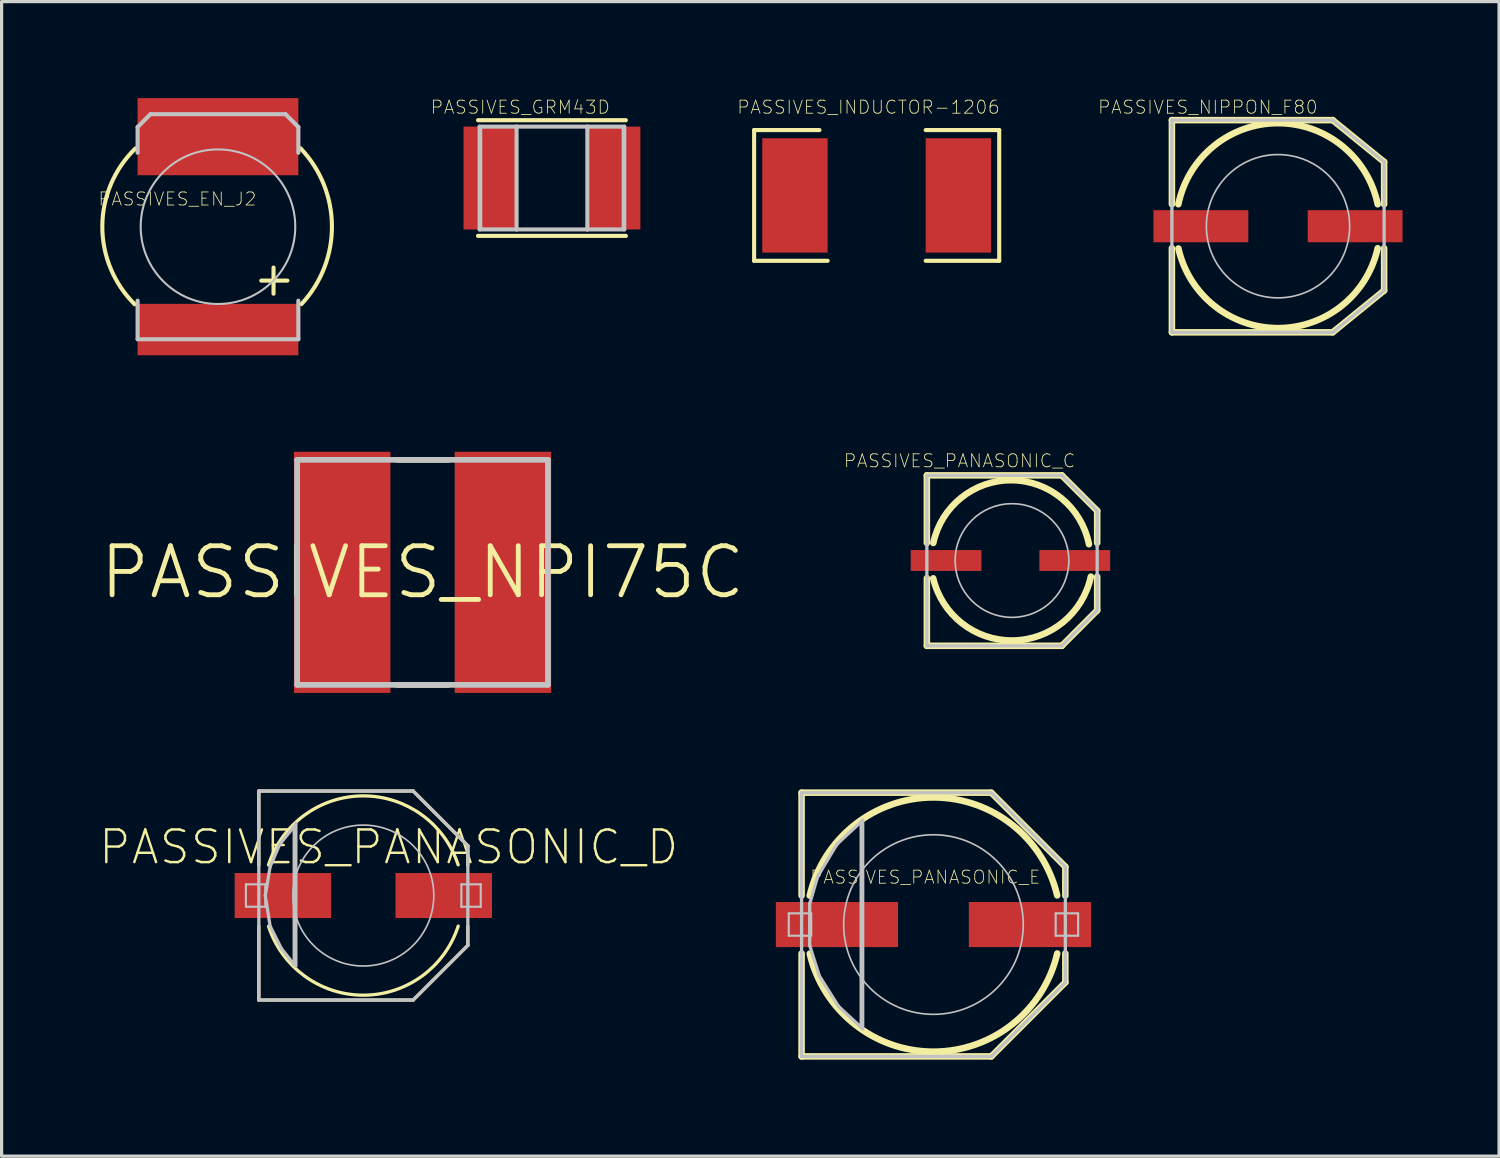
<source format=kicad_pcb>
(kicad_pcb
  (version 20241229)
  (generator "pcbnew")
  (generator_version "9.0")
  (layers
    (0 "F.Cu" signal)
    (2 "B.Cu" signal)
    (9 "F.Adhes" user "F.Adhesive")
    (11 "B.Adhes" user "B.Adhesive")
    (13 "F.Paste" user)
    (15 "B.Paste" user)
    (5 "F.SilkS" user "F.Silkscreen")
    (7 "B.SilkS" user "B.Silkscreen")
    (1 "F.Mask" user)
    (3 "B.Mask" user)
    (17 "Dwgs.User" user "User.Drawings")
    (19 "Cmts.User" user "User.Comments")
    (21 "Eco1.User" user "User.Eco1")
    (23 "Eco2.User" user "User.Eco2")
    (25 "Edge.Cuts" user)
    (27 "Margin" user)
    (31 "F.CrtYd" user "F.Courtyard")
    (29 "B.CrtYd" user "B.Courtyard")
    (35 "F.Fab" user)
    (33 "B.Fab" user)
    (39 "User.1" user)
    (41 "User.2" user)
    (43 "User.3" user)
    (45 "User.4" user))
  (footprint "PASSIVES_GRM43D"
    (layer "F.Cu")
    (at 14.11 2.485)
    (property "Reference" "PASSIVES_GRM43D" (at -0.983 -2.202 0) (layer "F.SilkS") (effects (font (size 0.406 0.406) (thickness 0.025))))
    (attr smd)
    (fp_line (start -2.299 -1.798) (end 2.299 -1.798) (stroke (width 0.127) (type solid)) (layer "F.SilkS"))
    (fp_line (start -2.299 1.798) (end 2.299 1.798) (stroke (width 0.127) (type solid)) (layer "F.SilkS"))
    (fp_line (start -2.248 -1.598) (end -2.248 1.598) (stroke (width 0.127) (type solid)) (layer "Dwgs.User"))
    (fp_line (start -2.248 1.598) (end -1.1 1.598) (stroke (width 0.127) (type solid)) (layer "Dwgs.User"))
    (fp_line (start -2.2 -1.598) (end -1.1 -1.598) (stroke (width 0.066) (type solid)) (layer "Dwgs.User"))
    (fp_line (start -2.2 1.598) (end -2.2 -1.598) (stroke (width 0.066) (type solid)) (layer "Dwgs.User"))
    (fp_line (start -2.2 1.598) (end -1.1 1.598) (stroke (width 0.066) (type solid)) (layer "Dwgs.User"))
    (fp_line (start -1.1 -1.598) (end -2.248 -1.598) (stroke (width 0.127) (type solid)) (layer "Dwgs.User"))
    (fp_line (start -1.1 -1.598) (end -1.1 1.598) (stroke (width 0.127) (type solid)) (layer "Dwgs.User"))
    (fp_line (start -1.1 1.598) (end -1.1 -1.598) (stroke (width 0.066) (type solid)) (layer "Dwgs.User"))
    (fp_line (start -1.1 1.598) (end 1.1 1.598) (stroke (width 0.127) (type solid)) (layer "Dwgs.User"))
    (fp_line (start 1.1 -1.598) (end -1.1 -1.598) (stroke (width 0.127) (type solid)) (layer "Dwgs.User"))
    (fp_line (start 1.1 -1.598) (end 1.1 1.598) (stroke (width 0.127) (type solid)) (layer "Dwgs.User"))
    (fp_line (start 1.1 -1.598) (end 2.2 -1.598) (stroke (width 0.066) (type solid)) (layer "Dwgs.User"))
    (fp_line (start 1.1 1.598) (end 1.1 -1.598) (stroke (width 0.066) (type solid)) (layer "Dwgs.User"))
    (fp_line (start 1.1 1.598) (end 2.2 1.598) (stroke (width 0.066) (type solid)) (layer "Dwgs.User"))
    (fp_line (start 1.1 1.598) (end 2.248 1.598) (stroke (width 0.127) (type solid)) (layer "Dwgs.User"))
    (fp_line (start 2.2 1.598) (end 2.2 -1.598) (stroke (width 0.066) (type solid)) (layer "Dwgs.User"))
    (fp_line (start 2.248 -1.598) (end 1.1 -1.598) (stroke (width 0.127) (type solid)) (layer "Dwgs.User"))
    (fp_line (start 2.248 1.598) (end 2.248 -1.598) (stroke (width 0.127) (type solid)) (layer "Dwgs.User"))
    (pad "A" smd rect (at 1.925 0 90) (size 3.198 1.648) (layers "F.Cu" "F.Mask" "F.Paste"))
    (pad "C" smd rect (at -1.925 0 90) (size 3.198 1.648) (layers "F.Cu" "F.Mask" "F.Paste")))
  (footprint "PASSIVES_INDUCTOR-1206"
    (layer "F.Cu")
    (at 24.205 3.026)
    (property "Reference" "PASSIVES_INDUCTOR-1206" (at -0.254 -2.743 0) (layer "F.SilkS") (effects (font (size 0.406 0.406) (thickness 0.025))))
    (attr smd)
    (fp_line (start -3.81 -2.032) (end -3.81 2.032) (stroke (width 0.127) (type solid)) (layer "F.SilkS"))
    (fp_line (start -3.81 2.032) (end -1.524 2.032) (stroke (width 0.127) (type solid)) (layer "F.SilkS"))
    (fp_line (start -1.778 -2.032) (end -3.81 -2.032) (stroke (width 0.127) (type solid)) (layer "F.SilkS"))
    (fp_line (start 1.524 -2.032) (end 3.81 -2.032) (stroke (width 0.127) (type solid)) (layer "F.SilkS"))
    (fp_line (start 3.81 -2.032) (end 3.81 2.032) (stroke (width 0.127) (type solid)) (layer "F.SilkS"))
    (fp_line (start 3.81 2.032) (end 1.524 2.032) (stroke (width 0.127) (type solid)) (layer "F.SilkS"))
    (pad "P$1" smd rect (at -2.54 0 90) (size 3.556 2.032) (layers "F.Cu" "F.Mask" "F.Paste"))
    (pad "P$2" smd rect (at 2.54 0 90) (size 3.556 2.032) (layers "F.Cu" "F.Mask" "F.Paste")))
  (footprint "PASSIVES_PANASONIC_E"
    (layer "F.Cu")
    (at 25.971 25.694)
    (property "Reference" "PASSIVES_PANASONIC_E" (at -0.254 -1.473 0) (layer "F.SilkS") (effects (font (size 0.406 0.406) (thickness 0.025))))
    (attr smd)
    (fp_line (start -4.1 -4.1) (end 1.798 -4.1) (stroke (width 0.203) (type solid)) (layer "F.SilkS"))
    (fp_line (start -4.1 -0.899) (end -4.1 -4.1) (stroke (width 0.203) (type solid)) (layer "F.SilkS"))
    (fp_line (start -4.1 4.1) (end -4.1 0.899) (stroke (width 0.203) (type solid)) (layer "F.SilkS"))
    (fp_line (start 1.798 -4.1) (end 4.1 -1.798) (stroke (width 0.203) (type solid)) (layer "F.SilkS"))
    (fp_line (start 1.798 4.1) (end -4.1 4.1) (stroke (width 0.203) (type solid)) (layer "F.SilkS"))
    (fp_line (start 4.1 -1.798) (end 4.1 -0.899) (stroke (width 0.203) (type solid)) (layer "F.SilkS"))
    (fp_line (start 4.1 0.899) (end 4.1 1.798) (stroke (width 0.203) (type solid)) (layer "F.SilkS"))
    (fp_line (start 4.1 1.798) (end 1.798 4.1) (stroke (width 0.203) (type solid)) (layer "F.SilkS"))
    (fp_arc (start -3.8481 -0.89916) (mid -0.003314 -3.951753) (end 3.846587 -0.905612) (stroke (width 0.2032) (type solid)) (layer "F.SilkS"))
    (fp_arc (start 3.8481 0.89916) (mid 0.003314 3.951753) (end -3.846587 0.905612) (stroke (width 0.2032) (type solid)) (layer "F.SilkS"))
    (fp_line (start -4.498 -0.348) (end -3.8 -0.348) (stroke (width 0.066) (type solid)) (layer "Dwgs.User"))
    (fp_line (start -4.498 0.348) (end -4.498 -0.348) (stroke (width 0.066) (type solid)) (layer "Dwgs.User"))
    (fp_line (start -4.498 0.348) (end -3.8 0.348) (stroke (width 0.066) (type solid)) (layer "Dwgs.User"))
    (fp_line (start -4.1 -4.1) (end 1.798 -4.1) (stroke (width 0.102) (type solid)) (layer "Dwgs.User"))
    (fp_line (start -4.1 4.1) (end -4.1 -4.1) (stroke (width 0.102) (type solid)) (layer "Dwgs.User"))
    (fp_line (start -3.848 -0.648) (end -3.848 0.648) (stroke (width 0.102) (type solid)) (layer "Dwgs.User"))
    (fp_line (start -3.848 0.648) (end -3.548 1.598) (stroke (width 0.102) (type solid)) (layer "Dwgs.User"))
    (fp_line (start -3.8 0.348) (end -3.8 -0.348) (stroke (width 0.066) (type solid)) (layer "Dwgs.User"))
    (fp_line (start -3.599 -1.499) (end -3.848 -0.648) (stroke (width 0.102) (type solid)) (layer "Dwgs.User"))
    (fp_line (start -3.548 1.598) (end -2.949 2.548) (stroke (width 0.102) (type solid)) (layer "Dwgs.User"))
    (fp_line (start -3 -2.499) (end -3.599 -1.499) (stroke (width 0.102) (type solid)) (layer "Dwgs.User"))
    (fp_line (start -2.949 2.548) (end -2.248 3.198) (stroke (width 0.102) (type solid)) (layer "Dwgs.User"))
    (fp_line (start -2.248 -3.198) (end -3 -2.499) (stroke (width 0.102) (type solid)) (layer "Dwgs.User"))
    (fp_line (start -2.248 -3.15) (end -2.248 -3.198) (stroke (width 0.102) (type solid)) (layer "Dwgs.User"))
    (fp_line (start -2.248 3.198) (end -2.248 -3.15) (stroke (width 0.102) (type solid)) (layer "Dwgs.User"))
    (fp_line (start -2.2 -3.249) (end -2.2 3.249) (stroke (width 0.102) (type solid)) (layer "Dwgs.User"))
    (fp_line (start 1.798 -4.1) (end 4.1 -1.798) (stroke (width 0.102) (type solid)) (layer "Dwgs.User"))
    (fp_line (start 1.798 4.1) (end -4.1 4.1) (stroke (width 0.102) (type solid)) (layer "Dwgs.User"))
    (fp_line (start 3.8 -0.348) (end 4.498 -0.348) (stroke (width 0.066) (type solid)) (layer "Dwgs.User"))
    (fp_line (start 3.8 0.348) (end 3.8 -0.348) (stroke (width 0.066) (type solid)) (layer "Dwgs.User"))
    (fp_line (start 3.8 0.348) (end 4.498 0.348) (stroke (width 0.066) (type solid)) (layer "Dwgs.User"))
    (fp_line (start 4.1 -1.798) (end 4.1 1.798) (stroke (width 0.102) (type solid)) (layer "Dwgs.User"))
    (fp_line (start 4.1 1.798) (end 1.798 4.1) (stroke (width 0.102) (type solid)) (layer "Dwgs.User"))
    (fp_line (start 4.498 0.348) (end 4.498 -0.348) (stroke (width 0.066) (type solid)) (layer "Dwgs.User"))
    (fp_circle (center 0 0) (end -1.974 1.974) (stroke (width 0.051) (type solid)) (fill no) (layer "Dwgs.User"))
    (pad "+" smd rect (at 3 0) (size 3.8 1.4) (layers "F.Cu" "F.Mask" "F.Paste"))
    (pad "-" smd rect (at -3 0) (size 3.8 1.4) (layers "F.Cu" "F.Mask" "F.Paste")))
  (footprint "PASSIVES_PANASONIC_C"
    (layer "F.Cu")
    (at 28.364 14.178)
    (property "Reference" "PASSIVES_PANASONIC_C" (at -1.582 -2.901 0) (layer "F.SilkS") (effects (font (size 0.406 0.406) (thickness 0.025))))
    (attr smd)
    (fp_line (start -2.598 -2.449) (end -2.598 -0.348) (stroke (width 0.203) (type solid)) (layer "F.SilkS"))
    (fp_line (start -2.598 -2.449) (end 1.598 -2.449) (stroke (width 0.203) (type solid)) (layer "F.SilkS"))
    (fp_line (start -2.598 2.85) (end -2.598 0.749) (stroke (width 0.203) (type solid)) (layer "F.SilkS"))
    (fp_line (start 1.598 -2.449) (end 2.697 -1.349) (stroke (width 0.203) (type solid)) (layer "F.SilkS"))
    (fp_line (start 1.598 2.85) (end -2.598 2.85) (stroke (width 0.203) (type solid)) (layer "F.SilkS"))
    (fp_line (start 2.697 -1.349) (end 2.697 -0.348) (stroke (width 0.203) (type solid)) (layer "F.SilkS"))
    (fp_line (start 2.697 1.748) (end 1.598 2.85) (stroke (width 0.203) (type solid)) (layer "F.SilkS"))
    (fp_line (start 2.697 1.748) (end 2.697 0.699) (stroke (width 0.203) (type solid)) (layer "F.SilkS"))
    (fp_arc (start -2.39776 -0.34798) (mid 0.03782 -2.298223) (end 2.441448 -0.308732) (stroke (width 0.2032) (type solid)) (layer "F.SilkS"))
    (fp_arc (start 2.49936 0.6985) (mid 0.070245 2.684399) (end -2.4011 0.751306) (stroke (width 0.2032) (type solid)) (layer "F.SilkS"))
    (fp_line (start -2.598 -2.449) (end -2.598 2.85) (stroke (width 0.102) (type solid)) (layer "Dwgs.User"))
    (fp_line (start -2.598 -2.449) (end 1.598 -2.449) (stroke (width 0.102) (type solid)) (layer "Dwgs.User"))
    (fp_line (start 1.598 -2.449) (end 2.697 -1.349) (stroke (width 0.102) (type solid)) (layer "Dwgs.User"))
    (fp_line (start 1.598 2.85) (end -2.598 2.85) (stroke (width 0.102) (type solid)) (layer "Dwgs.User"))
    (fp_line (start 2.697 -1.349) (end 2.697 1.748) (stroke (width 0.102) (type solid)) (layer "Dwgs.User"))
    (fp_line (start 2.697 1.748) (end 1.598 2.85) (stroke (width 0.102) (type solid)) (layer "Dwgs.User"))
    (fp_circle (center 0.048 0.198) (end 1.298 1.448) (stroke (width 0.051) (type solid)) (fill no) (layer "Dwgs.User"))
    (pad "+" smd rect (at 2 0.198) (size 2.2 0.648) (layers "F.Cu" "F.Mask" "F.Paste"))
    (pad "-" smd rect (at -2 0.198) (size 2.2 0.648) (layers "F.Cu" "F.Mask" "F.Paste")))
  (footprint "PASSIVES_NIPPON_F80"
    (layer "F.Cu")
    (at 36.683 3.983)
    (property "Reference" "PASSIVES_NIPPON_F80" (at -2.182 -3.701 0) (layer "F.SilkS") (effects (font (size 0.406 0.406) (thickness 0.025))))
    (attr smd)
    (fp_line (start -3.299 -3.299) (end -3.299 -0.683) (stroke (width 0.203) (type solid)) (layer "F.SilkS"))
    (fp_line (start -3.299 -3.299) (end 1.699 -3.299) (stroke (width 0.203) (type solid)) (layer "F.SilkS"))
    (fp_line (start -3.299 3.299) (end -3.299 0.683) (stroke (width 0.203) (type solid)) (layer "F.SilkS"))
    (fp_line (start 1.699 -3.299) (end 3.299 -1.999) (stroke (width 0.203) (type solid)) (layer "F.SilkS"))
    (fp_line (start 1.699 3.299) (end -3.299 3.299) (stroke (width 0.203) (type solid)) (layer "F.SilkS"))
    (fp_line (start 3.299 -1.999) (end 3.299 -0.683) (stroke (width 0.203) (type solid)) (layer "F.SilkS"))
    (fp_line (start 3.299 1.999) (end 1.699 3.299) (stroke (width 0.203) (type solid)) (layer "F.SilkS"))
    (fp_line (start 3.299 1.999) (end 3.299 0.683) (stroke (width 0.203) (type solid)) (layer "F.SilkS"))
    (fp_arc (start -3.0988 -0.68326) (mid 0.000596 -3.203348) (end 3.099043 -0.682093) (stroke (width 0.2032) (type solid)) (layer "F.SilkS"))
    (fp_arc (start 3.0988 0.68326) (mid 0.004512 3.167259) (end -3.096824 0.692064) (stroke (width 0.2032) (type solid)) (layer "F.SilkS"))
    (fp_line (start -3.299 -3.299) (end -3.299 3.299) (stroke (width 0.102) (type solid)) (layer "Dwgs.User"))
    (fp_line (start -3.299 -3.299) (end 1.699 -3.299) (stroke (width 0.102) (type solid)) (layer "Dwgs.User"))
    (fp_line (start 1.699 -3.299) (end 3.299 -1.999) (stroke (width 0.102) (type solid)) (layer "Dwgs.User"))
    (fp_line (start 1.699 3.299) (end -3.299 3.299) (stroke (width 0.102) (type solid)) (layer "Dwgs.User"))
    (fp_line (start 3.299 -1.999) (end 3.299 1.999) (stroke (width 0.102) (type solid)) (layer "Dwgs.User"))
    (fp_line (start 3.299 1.999) (end 1.699 3.299) (stroke (width 0.102) (type solid)) (layer "Dwgs.User"))
    (fp_circle (center 0 0) (end -1.575 1.575) (stroke (width 0.051) (type solid)) (fill no) (layer "Dwgs.User"))
    (pad "+" smd rect (at 2.398 0) (size 2.949 0.998) (layers "F.Cu" "F.Mask" "F.Paste"))
    (pad "-" smd rect (at -2.398 0) (size 2.949 0.998) (layers "F.Cu" "F.Mask" "F.Paste")))
  (footprint "PASSIVES_NPI75C"
    (layer "F.Cu")
    (at 10.087 14.744)
    (property "Reference" "PASSIVES_NPI75C" (at 0 0 0) (layer "F.SilkS") (effects (font (size 1.524 1.524) (thickness 0.15))))
    (attr smd)
    (fp_line (start -0.798 3.498) (end 0.798 3.498) (stroke (width 0.178) (type solid)) (layer "F.SilkS"))
    (fp_line (start 0.798 -3.498) (end -0.798 -3.498) (stroke (width 0.178) (type solid)) (layer "F.SilkS"))
    (fp_line (start -3.899 -3.498) (end -3.899 3.498) (stroke (width 0.178) (type solid)) (layer "Dwgs.User"))
    (fp_line (start -3.899 3.498) (end 3.899 3.498) (stroke (width 0.178) (type solid)) (layer "Dwgs.User"))
    (fp_line (start 3.899 -3.498) (end -3.899 -3.498) (stroke (width 0.178) (type solid)) (layer "Dwgs.User"))
    (fp_line (start 3.899 3.498) (end 3.899 -3.498) (stroke (width 0.178) (type solid)) (layer "Dwgs.User"))
    (pad "1" smd rect (at -2.499 0) (size 3 7.498) (layers "F.Cu" "F.Mask" "F.Paste"))
    (pad "2" smd rect (at 2.499 0) (size 3 7.498) (layers "F.Cu" "F.Mask" "F.Paste")))
  (footprint "PASSIVES_EN_J2"
    (layer "F.Cu")
    (at 3.727 3.998)
    (property "Reference" "PASSIVES_EN_J2" (at -1.262 -0.861 0) (layer "F.SilkS") (effects (font (size 0.406 0.406) (thickness 0.025))))
    (attr smd)
    (fp_line (start 1.346 1.676) (end 2.159 1.676) (stroke (width 0.127) (type solid)) (layer "F.SilkS"))
    (fp_line (start 1.727 1.27) (end 1.727 2.083) (stroke (width 0.127) (type solid)) (layer "F.SilkS"))
    (fp_arc (start -2.58826 2.413) (mid -3.595962 -0.015773) (end -2.565722 -2.435071) (stroke (width 0.127) (type solid)) (layer "F.SilkS"))
    (fp_arc (start 2.5654 -2.4384) (mid 3.542805 -0.020832) (end 2.594 2.408103) (stroke (width 0.127) (type solid)) (layer "F.SilkS"))
    (fp_line (start -2.499 -3.099) (end -2.499 -2.299) (stroke (width 0.127) (type solid)) (layer "Dwgs.User"))
    (fp_line (start -2.499 3.498) (end -2.499 2.299) (stroke (width 0.127) (type solid)) (layer "Dwgs.User"))
    (fp_line (start -2.499 3.498) (end 2.499 3.498) (stroke (width 0.127) (type solid)) (layer "Dwgs.User"))
    (fp_line (start -2.098 -3.498) (end -2.499 -3.099) (stroke (width 0.127) (type solid)) (layer "Dwgs.User"))
    (fp_line (start -2.098 -3.498) (end 2.098 -3.498) (stroke (width 0.127) (type solid)) (layer "Dwgs.User"))
    (fp_line (start 2.098 -3.498) (end 2.499 -3.099) (stroke (width 0.127) (type solid)) (layer "Dwgs.User"))
    (fp_line (start 2.499 -3.099) (end 2.499 -2.299) (stroke (width 0.127) (type solid)) (layer "Dwgs.User"))
    (fp_line (start 2.499 3.498) (end 2.499 2.299) (stroke (width 0.127) (type solid)) (layer "Dwgs.User"))
    (fp_circle (center 0 0) (end -1.699 1.699) (stroke (width 0.064) (type solid)) (fill no) (layer "Dwgs.User"))
    (pad "+" smd rect (at 0 3.198) (size 4.999 1.598) (layers "F.Cu" "F.Mask" "F.Paste"))
    (pad "-" smd rect (at 0 -2.799) (size 4.999 2.398) (layers "F.Cu" "F.Mask" "F.Paste")))
  (footprint "PASSIVES_PANASONIC_D"
    (layer "F.Cu")
    (at 8.246 24.792)
    (property "Reference" "PASSIVES_PANASONIC_D" (at 0.79 -1.506 0) (layer "F.SilkS") (effects (font (size 1.016 1.016) (thickness 0.076))))
    (attr smd)
    (fp_line (start -3.249 -3.249) (end 1.549 -3.249) (stroke (width 0.102) (type solid)) (layer "F.SilkS"))
    (fp_line (start -3.249 -0.95) (end -3.249 -3.249) (stroke (width 0.102) (type solid)) (layer "F.SilkS"))
    (fp_line (start -3.249 3.249) (end -3.249 0.95) (stroke (width 0.102) (type solid)) (layer "F.SilkS"))
    (fp_line (start 1.549 -3.249) (end 3.249 -1.549) (stroke (width 0.102) (type solid)) (layer "F.SilkS"))
    (fp_line (start 1.549 3.249) (end -3.249 3.249) (stroke (width 0.102) (type solid)) (layer "F.SilkS"))
    (fp_line (start 3.249 -1.549) (end 3.249 -0.95) (stroke (width 0.102) (type solid)) (layer "F.SilkS"))
    (fp_line (start 3.249 0.95) (end 3.249 1.549) (stroke (width 0.102) (type solid)) (layer "F.SilkS"))
    (fp_line (start 3.249 1.549) (end 1.549 3.249) (stroke (width 0.102) (type solid)) (layer "F.SilkS"))
    (fp_arc (start -2.94894 -0.94996) (mid -0.0024 -3.098171) (end 2.947465 -0.954527) (stroke (width 0.1016) (type solid)) (layer "F.SilkS"))
    (fp_arc (start 2.94894 0.94996) (mid 0.0024 3.098171) (end -2.947465 0.954527) (stroke (width 0.1016) (type solid)) (layer "F.SilkS"))
    (fp_line (start -3.65 -0.348) (end -3.048 -0.348) (stroke (width 0.066) (type solid)) (layer "Dwgs.User"))
    (fp_line (start -3.65 0.348) (end -3.65 -0.348) (stroke (width 0.066) (type solid)) (layer "Dwgs.User"))
    (fp_line (start -3.65 0.348) (end -3.048 0.348) (stroke (width 0.066) (type solid)) (layer "Dwgs.User"))
    (fp_line (start -3.249 -3.249) (end 1.549 -3.249) (stroke (width 0.102) (type solid)) (layer "Dwgs.User"))
    (fp_line (start -3.249 3.249) (end -3.249 -3.249) (stroke (width 0.102) (type solid)) (layer "Dwgs.User"))
    (fp_line (start -3.048 0) (end -2.898 0.95) (stroke (width 0.102) (type solid)) (layer "Dwgs.User"))
    (fp_line (start -3.048 0.348) (end -3.048 -0.348) (stroke (width 0.066) (type solid)) (layer "Dwgs.User"))
    (fp_line (start -2.898 -0.899) (end -3.048 0) (stroke (width 0.102) (type solid)) (layer "Dwgs.User"))
    (fp_line (start -2.898 0.95) (end -2.548 1.648) (stroke (width 0.102) (type solid)) (layer "Dwgs.User"))
    (fp_line (start -2.598 -1.598) (end -2.898 -0.899) (stroke (width 0.102) (type solid)) (layer "Dwgs.User"))
    (fp_line (start -2.548 1.648) (end -2.149 2.149) (stroke (width 0.102) (type solid)) (layer "Dwgs.User"))
    (fp_line (start -2.149 -2.149) (end -2.598 -1.598) (stroke (width 0.102) (type solid)) (layer "Dwgs.User"))
    (fp_line (start -2.149 -2.098) (end -2.149 -2.149) (stroke (width 0.102) (type solid)) (layer "Dwgs.User"))
    (fp_line (start -2.149 2.149) (end -2.149 -2.098) (stroke (width 0.102) (type solid)) (layer "Dwgs.User"))
    (fp_line (start -2.098 -2.248) (end -2.098 2.2) (stroke (width 0.102) (type solid)) (layer "Dwgs.User"))
    (fp_line (start 1.549 -3.249) (end 3.249 -1.549) (stroke (width 0.102) (type solid)) (layer "Dwgs.User"))
    (fp_line (start 1.549 3.249) (end -3.249 3.249) (stroke (width 0.102) (type solid)) (layer "Dwgs.User"))
    (fp_line (start 3.048 -0.348) (end 3.65 -0.348) (stroke (width 0.066) (type solid)) (layer "Dwgs.User"))
    (fp_line (start 3.048 0.348) (end 3.048 -0.348) (stroke (width 0.066) (type solid)) (layer "Dwgs.User"))
    (fp_line (start 3.048 0.348) (end 3.65 0.348) (stroke (width 0.066) (type solid)) (layer "Dwgs.User"))
    (fp_line (start 3.249 -1.549) (end 3.249 1.549) (stroke (width 0.102) (type solid)) (layer "Dwgs.User"))
    (fp_line (start 3.249 1.549) (end 1.549 3.249) (stroke (width 0.102) (type solid)) (layer "Dwgs.User"))
    (fp_line (start 3.65 0.348) (end 3.65 -0.348) (stroke (width 0.066) (type solid)) (layer "Dwgs.User"))
    (fp_circle (center 0 0) (end -1.549 1.549) (stroke (width 0.051) (type solid)) (fill no) (layer "Dwgs.User"))
    (pad "+" smd rect (at 2.5 0) (size 3 1.4) (layers "F.Cu" "F.Mask" "F.Paste"))
    (pad "-" smd rect (at -2.5 0) (size 3 1.4) (layers "F.Cu" "F.Mask" "F.Paste")))
  (gr_rect
    (start -3 -3)
    (end 43.555 32.895)
    (stroke (width 0.1) (type default))
    (fill no)
    (layer "Edge.Cuts")))
</source>
